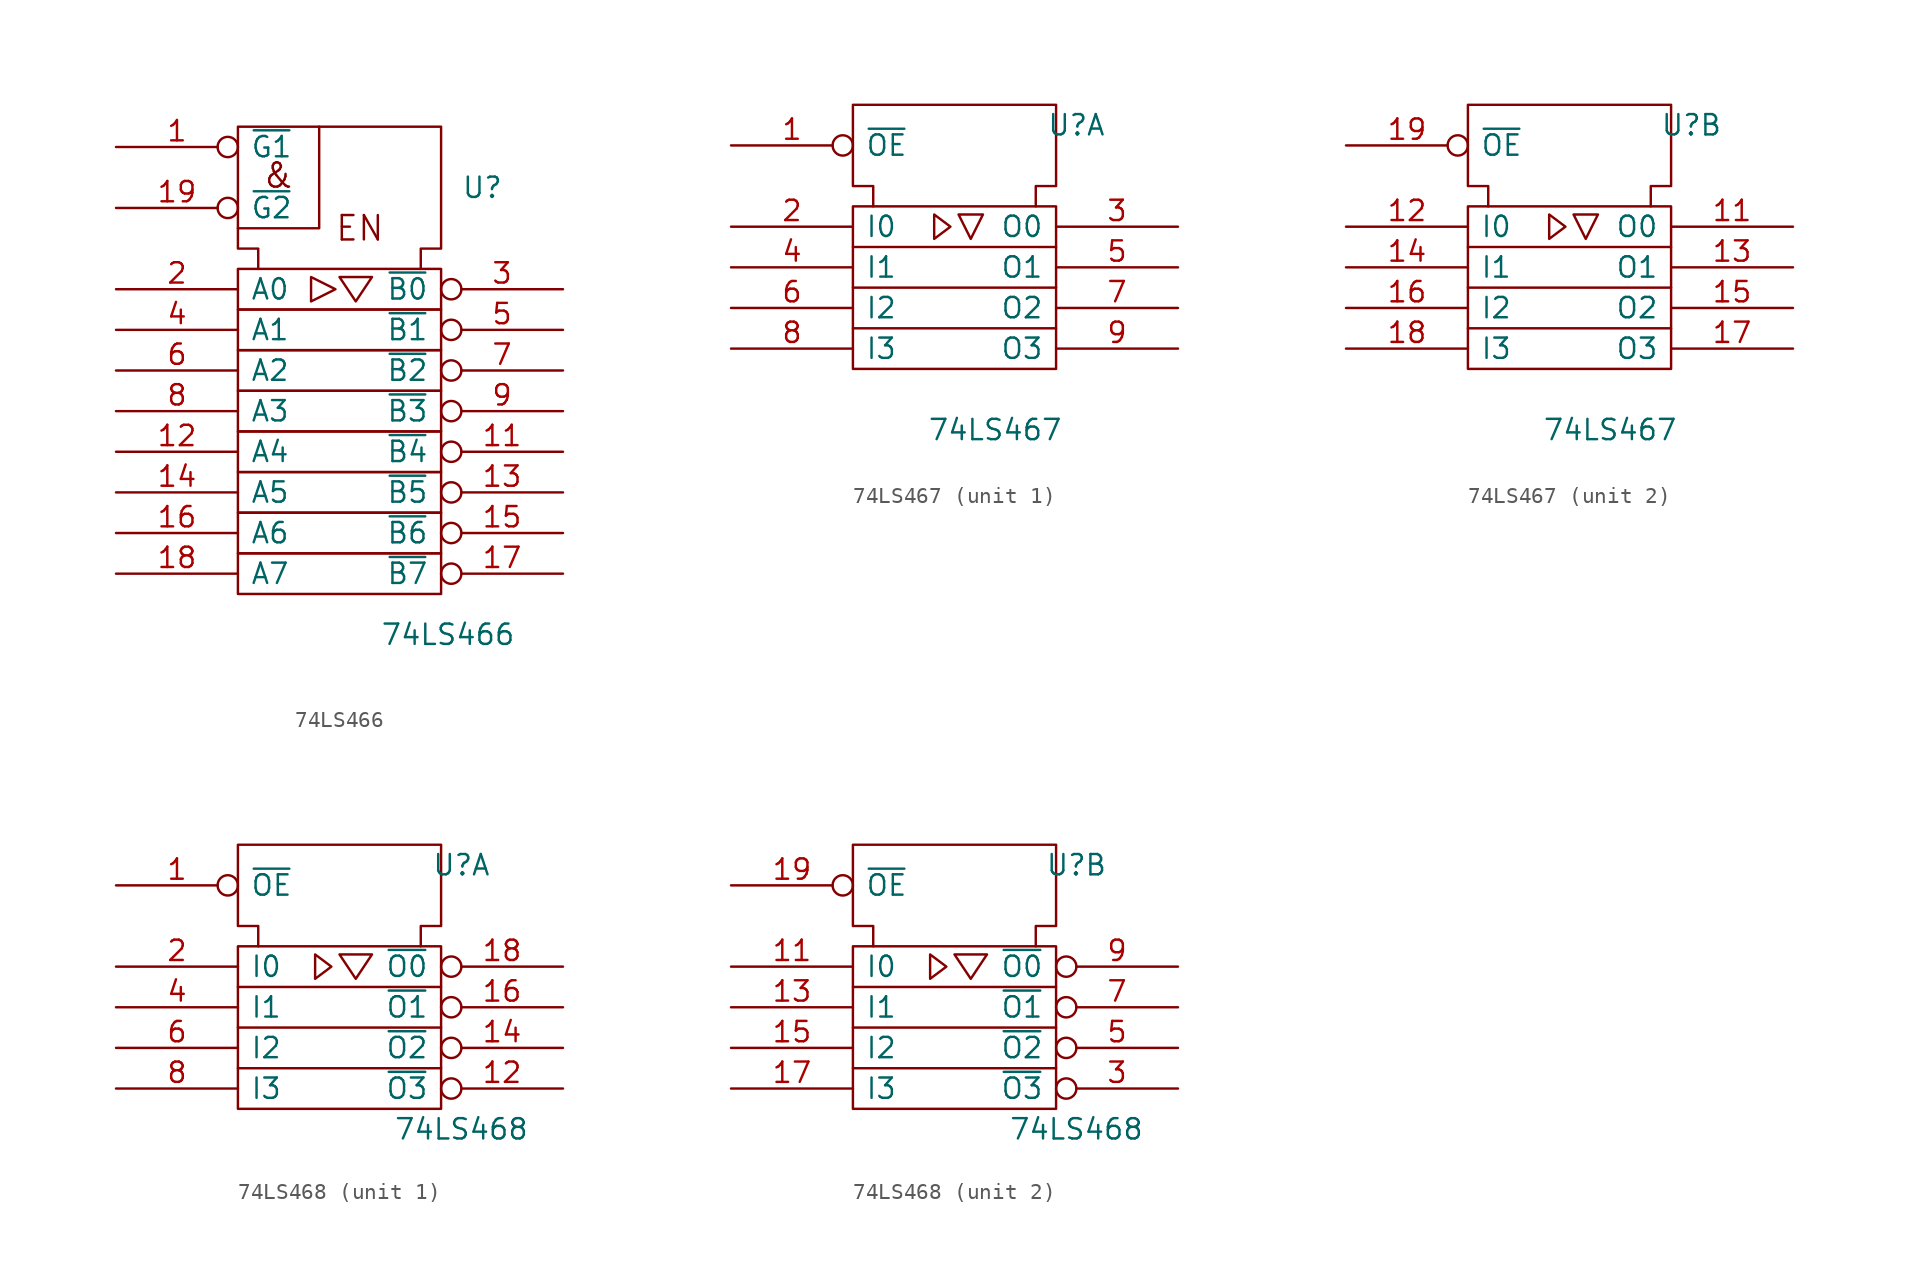
<source format=kicad_sym>
(kicad_symbol_lib
  (version 20201005)
  (generator kicad_symbol_editor)
  (symbol "74xx_IEEE:74LS466"
    (pin_names
      (offset 0.762))
    (property "Reference" "U"
      (at 7.62 12.7 0)
      (effects (font (size 1.27 1.27)) (justify left)))
    (property "Value" "74LS466"
      (at 2.54 -15.24 0)
      (effects (font (size 1.27 1.27)) (justify left)))
    (symbol "74LS466_0_0"
      (text "&" (at -3.81 13.462 0) (effects (font (size 1.524 1.524))))
      (text "EN" (at 1.27 10.16 0) (effects (font (size 1.524 1.524))))
      (polyline (pts (xy -1.27 16.51) (xy -1.27 10.16) (xy -6.35 10.16) (xy -6.35 10.16)) (stroke (width 0)) (fill (type none)))
      (polyline (pts (xy -1.778 7.112) (xy -1.778 5.588) (xy -0.254 6.35) (xy -1.778 7.112) (xy -1.778 7.112)) (stroke (width 0)) (fill (type none)))
      (polyline (pts (xy 0 7.112) (xy 2.032 7.112) (xy 1.016 5.588) (xy 0 7.112) (xy 0 7.112)) (stroke (width 0)) (fill (type none)))
      (pin power_in line (at 1.27 16.51 270) (length 0) hide (name "GND" (effects (font (size 1.27 1.27)))) (number "10" (effects (font (size 1.27 1.27)))))
      (pin power_in line (at 5.08 16.51 270) (length 0) hide (name "VCC" (effects (font (size 1.27 1.27)))) (number "20" (effects (font (size 1.27 1.27))))))
    (symbol "74LS466_0_1"
      (rectangle (start -6.35 -10.16) (end 6.35 -12.7) (stroke (width 0)) (fill (type none)))
      (rectangle (start -6.35 -7.62) (end 6.35 -10.16) (stroke (width 0)) (fill (type none)))
      (rectangle (start -6.35 -5.08) (end 6.35 -7.62) (stroke (width 0)) (fill (type none)))
      (rectangle (start -6.35 -2.54) (end 6.35 -5.08) (stroke (width 0)) (fill (type none)))
      (rectangle (start -6.35 0) (end 6.35 -2.54) (stroke (width 0)) (fill (type none)))
      (rectangle (start -6.35 2.54) (end 6.35 0) (stroke (width 0)) (fill (type none)))
      (rectangle (start -6.35 5.08) (end 6.35 2.54) (stroke (width 0)) (fill (type none)))
      (rectangle (start -6.35 7.62) (end 6.35 5.08) (stroke (width 0)) (fill (type none)))
      (polyline (pts (xy -5.08 7.62) (xy -5.08 8.89) (xy -6.35 8.89) (xy -6.35 16.51) (xy 6.35 16.51) (xy 6.35 8.89) (xy 5.08 8.89) (xy 5.08 7.62) (xy 5.08 7.62)) (stroke (width 0)) (fill (type none))))
    (symbol "74LS466_1_1"
      (pin input inverted (at -13.97 15.24 0) (length 7.62) (name "~G1" (effects (font (size 1.27 1.27)))) (number "1" (effects (font (size 1.27 1.27)))))
      (pin tri_state inverted (at 13.97 -3.81 180) (length 7.62) (name "~B4" (effects (font (size 1.27 1.27)))) (number "11" (effects (font (size 1.27 1.27)))))
      (pin tri_state line (at -13.97 -3.81 0) (length 7.62) (name "A4" (effects (font (size 1.27 1.27)))) (number "12" (effects (font (size 1.27 1.27)))))
      (pin tri_state inverted (at 13.97 -6.35 180) (length 7.62) (name "~B5" (effects (font (size 1.27 1.27)))) (number "13" (effects (font (size 1.27 1.27)))))
      (pin tri_state line (at -13.97 -6.35 0) (length 7.62) (name "A5" (effects (font (size 1.27 1.27)))) (number "14" (effects (font (size 1.27 1.27)))))
      (pin tri_state inverted (at 13.97 -8.89 180) (length 7.62) (name "~B6" (effects (font (size 1.27 1.27)))) (number "15" (effects (font (size 1.27 1.27)))))
      (pin tri_state line (at -13.97 -8.89 0) (length 7.62) (name "A6" (effects (font (size 1.27 1.27)))) (number "16" (effects (font (size 1.27 1.27)))))
      (pin tri_state inverted (at 13.97 -11.43 180) (length 7.62) (name "~B7" (effects (font (size 1.27 1.27)))) (number "17" (effects (font (size 1.27 1.27)))))
      (pin tri_state line (at -13.97 -11.43 0) (length 7.62) (name "A7" (effects (font (size 1.27 1.27)))) (number "18" (effects (font (size 1.27 1.27)))))
      (pin input inverted (at -13.97 11.43 0) (length 7.62) (name "~G2" (effects (font (size 1.27 1.27)))) (number "19" (effects (font (size 1.27 1.27)))))
      (pin tri_state line (at -13.97 6.35 0) (length 7.62) (name "A0" (effects (font (size 1.27 1.27)))) (number "2" (effects (font (size 1.27 1.27)))))
      (pin tri_state inverted (at 13.97 6.35 180) (length 7.62) (name "~B0" (effects (font (size 1.27 1.27)))) (number "3" (effects (font (size 1.27 1.27)))))
      (pin tri_state line (at -13.97 3.81 0) (length 7.62) (name "A1" (effects (font (size 1.27 1.27)))) (number "4" (effects (font (size 1.27 1.27)))))
      (pin tri_state inverted (at 13.97 3.81 180) (length 7.62) (name "~B1" (effects (font (size 1.27 1.27)))) (number "5" (effects (font (size 1.27 1.27)))))
      (pin tri_state line (at -13.97 1.27 0) (length 7.62) (name "A2" (effects (font (size 1.27 1.27)))) (number "6" (effects (font (size 1.27 1.27)))))
      (pin tri_state inverted (at 13.97 1.27 180) (length 7.62) (name "~B2" (effects (font (size 1.27 1.27)))) (number "7" (effects (font (size 1.27 1.27)))))
      (pin tri_state line (at -13.97 -1.27 0) (length 7.62) (name "A3" (effects (font (size 1.27 1.27)))) (number "8" (effects (font (size 1.27 1.27)))))
      (pin tri_state inverted (at 13.97 -1.27 180) (length 7.62) (name "~B3" (effects (font (size 1.27 1.27)))) (number "9" (effects (font (size 1.27 1.27)))))))
  (symbol "74xx_IEEE:74LS467"
    (pin_names
      (offset 0.762))
    (property "Reference" "U"
      (at 7.62 8.89 0)
      (effects (font (size 1.27 1.27))))
    (property "Value" "74LS467"
      (at 2.54 -10.16 0)
      (effects (font (size 1.27 1.27))))
    (symbol "74LS467_0_0"
      (polyline (pts (xy 0.254 3.302) (xy 1.778 3.302) (xy 1.016 1.778) (xy 0.254 3.302) (xy 0.254 3.302)) (stroke (width 0)) (fill (type none)))
      (pin power_in line (at 1.27 10.16 270) (length 0) hide (name "GND" (effects (font (size 1.27 1.27)))) (number "10" (effects (font (size 1.27 1.27)))))
      (pin power_in line (at 5.08 10.16 270) (length 0) hide (name "VCC" (effects (font (size 1.27 1.27)))) (number "20" (effects (font (size 1.27 1.27))))))
    (symbol "74LS467_0_1"
      (rectangle (start -6.35 3.81) (end 6.35 -6.35) (stroke (width 0)) (fill (type none)))
      (polyline (pts (xy -6.35 -1.27) (xy 6.35 -1.27) (xy 6.35 -1.27)) (stroke (width 0)) (fill (type none)))
      (polyline (pts (xy 6.35 -3.81) (xy -6.35 -3.81) (xy -6.35 -3.81)) (stroke (width 0)) (fill (type none)))
      (polyline (pts (xy 6.35 1.27) (xy -6.35 1.27) (xy -6.35 1.27)) (stroke (width 0)) (fill (type none)))
      (polyline (pts (xy -1.27 3.302) (xy -1.27 1.778) (xy -0.254 2.54) (xy -1.27 3.302) (xy -1.27 3.302)) (stroke (width 0)) (fill (type none)))
      (polyline (pts (xy -5.08 3.81) (xy -5.08 5.08) (xy -6.35 5.08) (xy -6.35 10.16) (xy 6.35 10.16) (xy 6.35 5.08) (xy 5.08 5.08) (xy 5.08 3.81) (xy 5.08 3.81)) (stroke (width 0)) (fill (type none))))
    (symbol "74LS467_1_1"
      (pin input inverted (at -13.97 7.62 0) (length 7.62) (name "~OE" (effects (font (size 1.27 1.27)))) (number "1" (effects (font (size 1.27 1.27)))))
      (pin input line (at -13.97 2.54 0) (length 7.62) (name "I0" (effects (font (size 1.27 1.27)))) (number "2" (effects (font (size 1.27 1.27)))))
      (pin tri_state line (at 13.97 2.54 180) (length 7.62) (name "O0" (effects (font (size 1.27 1.27)))) (number "3" (effects (font (size 1.27 1.27)))))
      (pin input line (at -13.97 0 0) (length 7.62) (name "I1" (effects (font (size 1.27 1.27)))) (number "4" (effects (font (size 1.27 1.27)))))
      (pin tri_state line (at 13.97 0 180) (length 7.62) (name "O1" (effects (font (size 1.27 1.27)))) (number "5" (effects (font (size 1.27 1.27)))))
      (pin input line (at -13.97 -2.54 0) (length 7.62) (name "I2" (effects (font (size 1.27 1.27)))) (number "6" (effects (font (size 1.27 1.27)))))
      (pin tri_state line (at 13.97 -2.54 180) (length 7.62) (name "O2" (effects (font (size 1.27 1.27)))) (number "7" (effects (font (size 1.27 1.27)))))
      (pin input line (at -13.97 -5.08 0) (length 7.62) (name "I3" (effects (font (size 1.27 1.27)))) (number "8" (effects (font (size 1.27 1.27)))))
      (pin tri_state line (at 13.97 -5.08 180) (length 7.62) (name "O3" (effects (font (size 1.27 1.27)))) (number "9" (effects (font (size 1.27 1.27))))))
    (symbol "74LS467_2_1"
      (pin tri_state line (at 13.97 2.54 180) (length 7.62) (name "O0" (effects (font (size 1.27 1.27)))) (number "11" (effects (font (size 1.27 1.27)))))
      (pin input line (at -13.97 2.54 0) (length 7.62) (name "I0" (effects (font (size 1.27 1.27)))) (number "12" (effects (font (size 1.27 1.27)))))
      (pin tri_state line (at 13.97 0 180) (length 7.62) (name "O1" (effects (font (size 1.27 1.27)))) (number "13" (effects (font (size 1.27 1.27)))))
      (pin input line (at -13.97 0 0) (length 7.62) (name "I1" (effects (font (size 1.27 1.27)))) (number "14" (effects (font (size 1.27 1.27)))))
      (pin tri_state line (at 13.97 -2.54 180) (length 7.62) (name "O2" (effects (font (size 1.27 1.27)))) (number "15" (effects (font (size 1.27 1.27)))))
      (pin input line (at -13.97 -2.54 0) (length 7.62) (name "I2" (effects (font (size 1.27 1.27)))) (number "16" (effects (font (size 1.27 1.27)))))
      (pin tri_state line (at 13.97 -5.08 180) (length 7.62) (name "O3" (effects (font (size 1.27 1.27)))) (number "17" (effects (font (size 1.27 1.27)))))
      (pin input line (at -13.97 -5.08 0) (length 7.62) (name "I3" (effects (font (size 1.27 1.27)))) (number "18" (effects (font (size 1.27 1.27)))))
      (pin input inverted (at -13.97 7.62 0) (length 7.62) (name "~OE" (effects (font (size 1.27 1.27)))) (number "19" (effects (font (size 1.27 1.27)))))))
  (symbol "74xx_IEEE:74LS468"
    (pin_names
      (offset 0.762))
    (property "Reference" "U"
      (at 7.62 8.89 0)
      (effects (font (size 1.27 1.27))))
    (property "Value" "74LS468"
      (at 7.62 -7.62 0)
      (effects (font (size 1.27 1.27))))
    (symbol "74LS468_0_0"
      (polyline (pts (xy -1.524 3.302) (xy -1.524 1.778) (xy -0.508 2.54) (xy -1.524 3.302) (xy -1.524 3.302)) (stroke (width 0)) (fill (type none)))
      (polyline (pts (xy 0.254 3.302) (xy 2.032 3.302) (xy 1.016 1.778) (xy 0 3.302) (xy 0.254 3.302) (xy 0.254 3.302)) (stroke (width 0)) (fill (type none))))
    (symbol "74LS468_0_1"
      (rectangle (start -6.35 3.81) (end 6.35 -6.35) (stroke (width 0)) (fill (type none)))
      (polyline (pts (xy -6.35 -3.81) (xy 6.35 -3.81) (xy 6.35 -3.81)) (stroke (width 0)) (fill (type none)))
      (polyline (pts (xy -6.35 -1.27) (xy 6.35 -1.27) (xy 6.35 -1.27)) (stroke (width 0)) (fill (type none)))
      (polyline (pts (xy -6.35 1.27) (xy 6.35 1.27) (xy 6.35 1.27)) (stroke (width 0)) (fill (type none)))
      (polyline (pts (xy -5.08 3.81) (xy -5.08 5.08) (xy -6.35 5.08) (xy -6.35 10.16) (xy 6.35 10.16) (xy 6.35 5.08) (xy 5.08 5.08) (xy 5.08 3.81) (xy 5.08 3.81)) (stroke (width 0)) (fill (type none)))
      (pin power_in line (at 1.27 10.16 270) (length 0) hide (name "GND" (effects (font (size 1.27 1.27)))) (number "10" (effects (font (size 1.27 1.27)))))
      (pin power_in line (at 5.08 10.16 270) (length 0) hide (name "VCC" (effects (font (size 1.27 1.27)))) (number "20" (effects (font (size 1.27 1.27))))))
    (symbol "74LS468_1_1"
      (pin input inverted (at -13.97 7.62 0) (length 7.62) (name "~OE" (effects (font (size 1.27 1.27)))) (number "1" (effects (font (size 1.27 1.27)))))
      (pin tri_state inverted (at 13.97 -5.08 180) (length 7.62) (name "~O3" (effects (font (size 1.27 1.27)))) (number "12" (effects (font (size 1.27 1.27)))))
      (pin tri_state inverted (at 13.97 -2.54 180) (length 7.62) (name "~O2" (effects (font (size 1.27 1.27)))) (number "14" (effects (font (size 1.27 1.27)))))
      (pin tri_state inverted (at 13.97 0 180) (length 7.62) (name "~O1" (effects (font (size 1.27 1.27)))) (number "16" (effects (font (size 1.27 1.27)))))
      (pin tri_state inverted (at 13.97 2.54 180) (length 7.62) (name "~O0" (effects (font (size 1.27 1.27)))) (number "18" (effects (font (size 1.27 1.27)))))
      (pin input line (at -13.97 2.54 0) (length 7.62) (name "I0" (effects (font (size 1.27 1.27)))) (number "2" (effects (font (size 1.27 1.27)))))
      (pin input line (at -13.97 0 0) (length 7.62) (name "I1" (effects (font (size 1.27 1.27)))) (number "4" (effects (font (size 1.27 1.27)))))
      (pin input line (at -13.97 -2.54 0) (length 7.62) (name "I2" (effects (font (size 1.27 1.27)))) (number "6" (effects (font (size 1.27 1.27)))))
      (pin input line (at -13.97 -5.08 0) (length 7.62) (name "I3" (effects (font (size 1.27 1.27)))) (number "8" (effects (font (size 1.27 1.27))))))
    (symbol "74LS468_2_1"
      (pin input line (at -13.97 2.54 0) (length 7.62) (name "I0" (effects (font (size 1.27 1.27)))) (number "11" (effects (font (size 1.27 1.27)))))
      (pin input line (at -13.97 0 0) (length 7.62) (name "I1" (effects (font (size 1.27 1.27)))) (number "13" (effects (font (size 1.27 1.27)))))
      (pin input line (at -13.97 -2.54 0) (length 7.62) (name "I2" (effects (font (size 1.27 1.27)))) (number "15" (effects (font (size 1.27 1.27)))))
      (pin input line (at -13.97 -5.08 0) (length 7.62) (name "I3" (effects (font (size 1.27 1.27)))) (number "17" (effects (font (size 1.27 1.27)))))
      (pin input inverted (at -13.97 7.62 0) (length 7.62) (name "~OE" (effects (font (size 1.27 1.27)))) (number "19" (effects (font (size 1.27 1.27)))))
      (pin tri_state inverted (at 13.97 -5.08 180) (length 7.62) (name "~O3" (effects (font (size 1.27 1.27)))) (number "3" (effects (font (size 1.27 1.27)))))
      (pin tri_state inverted (at 13.97 -2.54 180) (length 7.62) (name "~O2" (effects (font (size 1.27 1.27)))) (number "5" (effects (font (size 1.27 1.27)))))
      (pin tri_state inverted (at 13.97 0 180) (length 7.62) (name "~O1" (effects (font (size 1.27 1.27)))) (number "7" (effects (font (size 1.27 1.27)))))
      (pin tri_state inverted (at 13.97 2.54 180) (length 7.62) (name "~O0" (effects (font (size 1.27 1.27)))) (number "9" (effects (font (size 1.27 1.27))))))))
</source>
